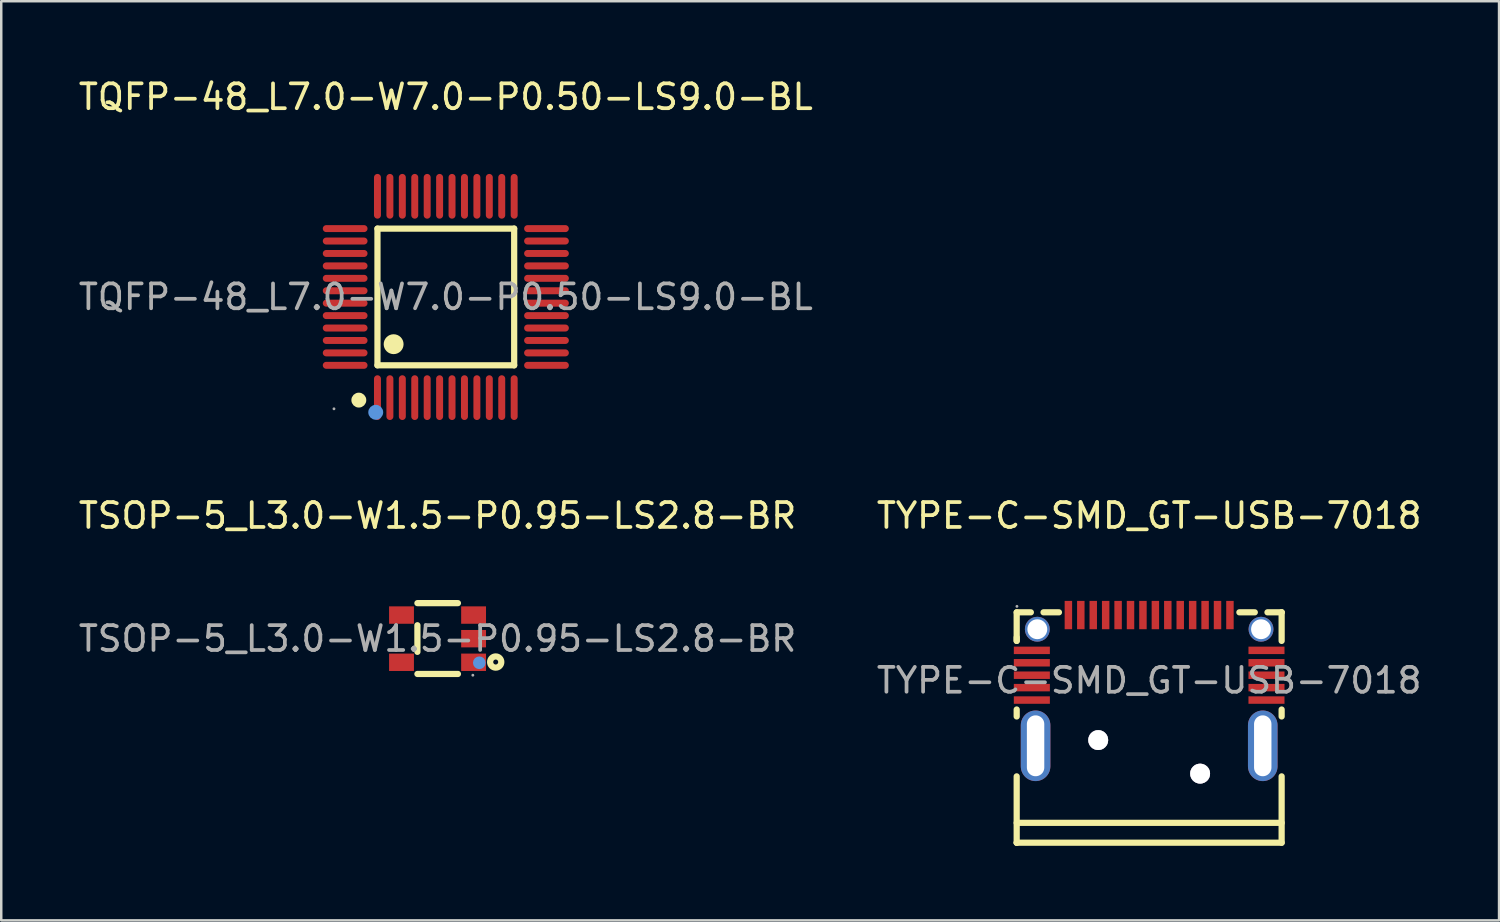
<source format=kicad_pcb>
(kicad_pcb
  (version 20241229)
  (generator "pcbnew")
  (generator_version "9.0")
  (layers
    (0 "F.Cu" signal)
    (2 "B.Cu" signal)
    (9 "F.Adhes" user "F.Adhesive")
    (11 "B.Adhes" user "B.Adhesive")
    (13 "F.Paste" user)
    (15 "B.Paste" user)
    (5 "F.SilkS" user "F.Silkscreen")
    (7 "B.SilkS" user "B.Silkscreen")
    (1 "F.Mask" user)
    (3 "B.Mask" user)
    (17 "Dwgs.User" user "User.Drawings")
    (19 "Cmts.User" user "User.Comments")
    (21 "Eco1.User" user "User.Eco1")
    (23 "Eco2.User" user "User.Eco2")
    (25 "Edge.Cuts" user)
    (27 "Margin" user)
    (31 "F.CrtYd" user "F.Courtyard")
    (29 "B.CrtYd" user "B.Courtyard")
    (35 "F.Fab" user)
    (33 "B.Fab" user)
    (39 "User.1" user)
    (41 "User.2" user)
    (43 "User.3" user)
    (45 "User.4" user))
  (footprint "TSOP-5_L3.0-W1.5-P0.95-LS2.8-BR"
    (layer "F.Cu")
    (at 14.554 22.646)
    (property "Reference" "TSOP-5_L3.0-W1.5-P0.95-LS2.8-BR" (at 0 -4.95 0) (layer "F.SilkS") (effects (font (size 1 1) (thickness 0.15))))
    (attr smd)
    (fp_line (start -0.81 -1.43) (end 0.82 -1.43) (stroke (width 0.25) (type solid)) (layer "F.SilkS"))
    (fp_line (start -0.81 0.53) (end -0.81 -0.54) (stroke (width 0.25) (type solid)) (layer "F.SilkS"))
    (fp_line (start 0.82 1.42) (end -0.81 1.42) (stroke (width 0.25) (type solid)) (layer "F.SilkS"))
    (fp_circle (center 2.34 0.94) (end 2.44 0.94) (stroke (width 0.25) (type solid)) (fill no) (layer "F.SilkS"))
    (fp_circle (center 1.68 0.97) (end 1.81 0.97) (stroke (width 0.25) (type solid)) (fill no) (layer "Cmts.User"))
    (fp_circle (center 1.42 1.47) (end 1.45 1.47) (stroke (width 0.06) (type solid)) (fill no) (layer "F.Fab"))
    (fp_text user "${REFERENCE}" (at 0 0 0) (layer "F.Fab") (effects (font (size 1 1) (thickness 0.15))))
    (pad "1" smd rect (at 1.45 0.95 90) (size 0.7 1) (layers "F.Cu" "F.Mask" "F.Paste"))
    (pad "2" smd rect (at 1.45 0 90) (size 0.7 1) (layers "F.Cu" "F.Mask" "F.Paste"))
    (pad "3" smd rect (at 1.45 -0.95 90) (size 0.7 1) (layers "F.Cu" "F.Mask" "F.Paste"))
    (pad "4" smd rect (at -1.45 -0.95 90) (size 0.7 1) (layers "F.Cu" "F.Mask" "F.Paste"))
    (pad "5" smd rect (at -1.45 0.95 90) (size 0.7 1) (layers "F.Cu" "F.Mask" "F.Paste")))
  (footprint "TYPE-C-SMD_GT-USB-7018"
    (layer "F.Cu")
    (at 43.185 24.326)
    (property "Reference" "TYPE-C-SMD_GT-USB-7018" (at 0 -6.63 0) (layer "F.SilkS") (effects (font (size 1 1) (thickness 0.15))))
    (attr smd)
    (fp_line (start -5.33 -2.74) (end -4.76 -2.74) (stroke (width 0.25) (type solid)) (layer "F.SilkS"))
    (fp_line (start -5.33 -1.59) (end -5.33 -2.74) (stroke (width 0.25) (type solid)) (layer "F.SilkS"))
    (fp_line (start -5.33 -1.59) (end -5.33 -1.73) (stroke (width 0.25) (type solid)) (layer "F.SilkS"))
    (fp_line (start -5.33 1.45) (end -5.33 1.17) (stroke (width 0.25) (type solid)) (layer "F.SilkS"))
    (fp_line (start -5.33 5.73) (end 5.33 5.73) (stroke (width 0.25) (type solid)) (layer "F.SilkS"))
    (fp_line (start -5.33 6.53) (end -5.33 3.86) (stroke (width 0.25) (type solid)) (layer "F.SilkS"))
    (fp_line (start -5.33 6.53) (end -5.33 6.53) (stroke (width 0.25) (type solid)) (layer "F.SilkS"))
    (fp_line (start -4.25 -2.74) (end -3.63 -2.74) (stroke (width 0.25) (type solid)) (layer "F.SilkS"))
    (fp_line (start 3.63 -2.74) (end 4.25 -2.74) (stroke (width 0.25) (type solid)) (layer "F.SilkS"))
    (fp_line (start 4.76 -2.74) (end 5.33 -2.74) (stroke (width 0.25) (type solid)) (layer "F.SilkS"))
    (fp_line (start 5.33 -2.74) (end 5.33 -2.74) (stroke (width 0.25) (type solid)) (layer "F.SilkS"))
    (fp_line (start 5.33 -2.74) (end 5.33 -1.59) (stroke (width 0.25) (type solid)) (layer "F.SilkS"))
    (fp_line (start 5.33 1.17) (end 5.33 1.45) (stroke (width 0.25) (type solid)) (layer "F.SilkS"))
    (fp_line (start 5.33 3.86) (end 5.33 6.53) (stroke (width 0.25) (type solid)) (layer "F.SilkS"))
    (fp_line (start 5.33 6.53) (end -5.33 6.53) (stroke (width 0.25) (type solid)) (layer "F.SilkS"))
    (fp_circle (center -2.05 2.4) (end -1.87 2.4) (stroke (width 0.35) (type solid)) (fill no) (layer "Cmts.User"))
    (fp_circle (center 2.05 3.75) (end 2.23 3.75) (stroke (width 0.35) (type solid)) (fill no) (layer "Cmts.User"))
    (fp_circle (center -5.32 -2.98) (end -5.29 -2.98) (stroke (width 0.06) (type solid)) (fill no) (layer "F.Fab"))
    (fp_circle (center -2.05 2.4) (end -1.85 2.4) (stroke (width 0.4) (type solid)) (fill no) (layer "F.Fab"))
    (fp_circle (center 2.05 3.75) (end 2.25 3.75) (stroke (width 0.4) (type solid)) (fill no) (layer "F.Fab"))
    (fp_text user "${REFERENCE}" (at 0 0 0) (layer "F.Fab") (effects (font (size 1 1) (thickness 0.15))))
    (pad "" thru_hole circle (at -2.05 2.4) (size 0.8 0.8) (drill 0.8) (layers "*.Cu" "*.Mask"))
    (pad "" thru_hole circle (at 2.05 3.75) (size 0.8 0.8) (drill 0.8) (layers "*.Cu" "*.Mask"))
    (pad "A1" smd rect (at -3.25 -2.63) (size 0.3 1.14) (layers "F.Cu" "F.Mask" "F.Paste"))
    (pad "A2" smd rect (at -2.75 -2.63) (size 0.3 1.14) (layers "F.Cu" "F.Mask" "F.Paste"))
    (pad "A3" smd rect (at -2.25 -2.63) (size 0.3 1.14) (layers "F.Cu" "F.Mask" "F.Paste"))
    (pad "A4" smd rect (at -1.75 -2.63) (size 0.3 1.14) (layers "F.Cu" "F.Mask" "F.Paste"))
    (pad "A5" smd rect (at -1.25 -2.63) (size 0.3 1.14) (layers "F.Cu" "F.Mask" "F.Paste"))
    (pad "A6" smd rect (at -0.75 -2.63) (size 0.3 1.14) (layers "F.Cu" "F.Mask" "F.Paste"))
    (pad "A7" smd rect (at -0.25 -2.63) (size 0.3 1.14) (layers "F.Cu" "F.Mask" "F.Paste"))
    (pad "A8" smd rect (at 0.25 -2.63) (size 0.3 1.14) (layers "F.Cu" "F.Mask" "F.Paste"))
    (pad "A9" smd rect (at 1.75 -2.63) (size 0.3 1.14) (layers "F.Cu" "F.Mask" "F.Paste"))
    (pad "A10" smd rect (at 2.25 -2.63) (size 0.3 1.14) (layers "F.Cu" "F.Mask" "F.Paste"))
    (pad "A11" smd rect (at 2.75 -2.63) (size 0.3 1.14) (layers "F.Cu" "F.Mask" "F.Paste"))
    (pad "A12" smd rect (at 3.25 -2.63) (size 0.3 1.14) (layers "F.Cu" "F.Mask" "F.Paste"))
    (pad "B1" smd rect (at 4.72 0.79 90) (size 0.3 1.45) (layers "F.Cu" "F.Mask" "F.Paste"))
    (pad "B2" smd rect (at 4.72 0.29 90) (size 0.3 1.45) (layers "F.Cu" "F.Mask" "F.Paste"))
    (pad "B3" smd rect (at 4.72 -0.21 90) (size 0.3 1.45) (layers "F.Cu" "F.Mask" "F.Paste"))
    (pad "B4" smd rect (at 4.72 -0.71 90) (size 0.3 1.45) (layers "F.Cu" "F.Mask" "F.Paste"))
    (pad "B5" smd rect (at 4.72 -1.21 90) (size 0.3 1.45) (layers "F.Cu" "F.Mask" "F.Paste"))
    (pad "B6" smd rect (at 1.25 -2.63) (size 0.3 1.14) (layers "F.Cu" "F.Mask" "F.Paste"))
    (pad "B7" smd rect (at 0.75 -2.63) (size 0.3 1.14) (layers "F.Cu" "F.Mask" "F.Paste"))
    (pad "B8" smd rect (at -4.72 -1.21 90) (size 0.3 1.45) (layers "F.Cu" "F.Mask" "F.Paste"))
    (pad "B9" smd rect (at -4.72 -0.71 90) (size 0.3 1.45) (layers "F.Cu" "F.Mask" "F.Paste"))
    (pad "B10" smd rect (at -4.72 -0.21 90) (size 0.3 1.45) (layers "F.Cu" "F.Mask" "F.Paste"))
    (pad "B11" smd rect (at -4.72 0.29 90) (size 0.3 1.45) (layers "F.Cu" "F.Mask" "F.Paste"))
    (pad "B12" smd rect (at -4.72 0.79 90) (size 0.3 1.45) (layers "F.Cu" "F.Mask" "F.Paste"))
    (pad "EP" thru_hole oval (at -4.57 2.63 270) (size 2.84 1.19) (drill oval 2.45 0.7) (layers "*.Cu" "*.Mask"))
    (pad "EP" thru_hole circle (at -4.5 -2.06 90) (size 1 1) (drill 0.8) (layers "*.Cu" "*.Mask"))
    (pad "EP" thru_hole circle (at 4.5 -2.06 90) (size 1 1) (drill 0.8) (layers "*.Cu" "*.Mask"))
    (pad "EP" thru_hole oval (at 4.57 2.63 90) (size 2.84 1.19) (drill oval 2.45 0.7) (layers "*.Cu" "*.Mask")))
  (footprint "TQFP-48_L7.0-W7.0-P0.50-LS9.0-BL"
    (layer "F.Cu")
    (at 14.887 8.898)
    (property "Reference" "TQFP-48_L7.0-W7.0-P0.50-LS9.0-BL" (at 0 -8.05 0) (layer "F.SilkS") (effects (font (size 1 1) (thickness 0.15))))
    (attr smd)
    (fp_line (start -2.75 -2.75) (end 2.75 -2.75) (stroke (width 0.25) (type solid)) (layer "F.SilkS"))
    (fp_line (start -2.75 2.75) (end -2.75 -2.75) (stroke (width 0.25) (type solid)) (layer "F.SilkS"))
    (fp_line (start 2.75 -2.75) (end 2.75 2.75) (stroke (width 0.25) (type solid)) (layer "F.SilkS"))
    (fp_line (start 2.75 2.75) (end -2.75 2.75) (stroke (width 0.25) (type solid)) (layer "F.SilkS"))
    (fp_arc (start -3.5 4.15) (mid -3.5 4.15) (end -3.5 4.15) (stroke (width 0.3) (type solid)) (layer "F.SilkS"))
    (fp_arc (start -2.1 1.9) (mid -2.1 1.9) (end -2.1 1.9) (stroke (width 0.4) (type solid)) (layer "F.SilkS"))
    (fp_circle (center -2.82 4.64) (end -2.67 4.64) (stroke (width 0.3) (type solid)) (fill no) (layer "Cmts.User"))
    (fp_circle (center -4.5 4.5) (end -4.47 4.5) (stroke (width 0.06) (type solid)) (fill no) (layer "F.Fab"))
    (fp_text user "${REFERENCE}" (at 0 0 0) (layer "F.Fab") (effects (font (size 1 1) (thickness 0.15))))
    (pad "1" smd oval (at -2.75 4.05) (size 0.28 1.8) (layers "F.Cu" "F.Mask" "F.Paste"))
    (pad "2" smd oval (at -2.25 4.05) (size 0.28 1.8) (layers "F.Cu" "F.Mask" "F.Paste"))
    (pad "3" smd oval (at -1.75 4.05) (size 0.28 1.8) (layers "F.Cu" "F.Mask" "F.Paste"))
    (pad "4" smd oval (at -1.25 4.05) (size 0.28 1.8) (layers "F.Cu" "F.Mask" "F.Paste"))
    (pad "5" smd oval (at -0.75 4.05) (size 0.28 1.8) (layers "F.Cu" "F.Mask" "F.Paste"))
    (pad "6" smd oval (at -0.25 4.05) (size 0.28 1.8) (layers "F.Cu" "F.Mask" "F.Paste"))
    (pad "7" smd oval (at 0.25 4.05) (size 0.28 1.8) (layers "F.Cu" "F.Mask" "F.Paste"))
    (pad "8" smd oval (at 0.75 4.05) (size 0.28 1.8) (layers "F.Cu" "F.Mask" "F.Paste"))
    (pad "9" smd oval (at 1.25 4.05) (size 0.28 1.8) (layers "F.Cu" "F.Mask" "F.Paste"))
    (pad "10" smd oval (at 1.75 4.05) (size 0.28 1.8) (layers "F.Cu" "F.Mask" "F.Paste"))
    (pad "11" smd oval (at 2.25 4.05) (size 0.28 1.8) (layers "F.Cu" "F.Mask" "F.Paste"))
    (pad "12" smd oval (at 2.75 4.05) (size 0.28 1.8) (layers "F.Cu" "F.Mask" "F.Paste"))
    (pad "13" smd oval (at 4.05 2.75) (size 1.8 0.28) (layers "F.Cu" "F.Mask" "F.Paste"))
    (pad "14" smd oval (at 4.05 2.25) (size 1.8 0.28) (layers "F.Cu" "F.Mask" "F.Paste"))
    (pad "15" smd oval (at 4.05 1.75) (size 1.8 0.28) (layers "F.Cu" "F.Mask" "F.Paste"))
    (pad "16" smd oval (at 4.05 1.25) (size 1.8 0.28) (layers "F.Cu" "F.Mask" "F.Paste"))
    (pad "17" smd oval (at 4.05 0.75) (size 1.8 0.28) (layers "F.Cu" "F.Mask" "F.Paste"))
    (pad "18" smd oval (at 4.05 0.25) (size 1.8 0.28) (layers "F.Cu" "F.Mask" "F.Paste"))
    (pad "19" smd oval (at 4.05 -0.25) (size 1.8 0.28) (layers "F.Cu" "F.Mask" "F.Paste"))
    (pad "20" smd oval (at 4.05 -0.75) (size 1.8 0.28) (layers "F.Cu" "F.Mask" "F.Paste"))
    (pad "21" smd oval (at 4.05 -1.25) (size 1.8 0.28) (layers "F.Cu" "F.Mask" "F.Paste"))
    (pad "22" smd oval (at 4.05 -1.75) (size 1.8 0.28) (layers "F.Cu" "F.Mask" "F.Paste"))
    (pad "23" smd oval (at 4.05 -2.25) (size 1.8 0.28) (layers "F.Cu" "F.Mask" "F.Paste"))
    (pad "24" smd oval (at 4.05 -2.75) (size 1.8 0.28) (layers "F.Cu" "F.Mask" "F.Paste"))
    (pad "25" smd oval (at 2.75 -4.05) (size 0.28 1.8) (layers "F.Cu" "F.Mask" "F.Paste"))
    (pad "26" smd oval (at 2.25 -4.05) (size 0.28 1.8) (layers "F.Cu" "F.Mask" "F.Paste"))
    (pad "27" smd oval (at 1.75 -4.05) (size 0.28 1.8) (layers "F.Cu" "F.Mask" "F.Paste"))
    (pad "28" smd oval (at 1.25 -4.05) (size 0.28 1.8) (layers "F.Cu" "F.Mask" "F.Paste"))
    (pad "29" smd oval (at 0.75 -4.05) (size 0.28 1.8) (layers "F.Cu" "F.Mask" "F.Paste"))
    (pad "30" smd oval (at 0.25 -4.05) (size 0.28 1.8) (layers "F.Cu" "F.Mask" "F.Paste"))
    (pad "31" smd oval (at -0.25 -4.05) (size 0.28 1.8) (layers "F.Cu" "F.Mask" "F.Paste"))
    (pad "32" smd oval (at -0.75 -4.05) (size 0.28 1.8) (layers "F.Cu" "F.Mask" "F.Paste"))
    (pad "33" smd oval (at -1.25 -4.05) (size 0.28 1.8) (layers "F.Cu" "F.Mask" "F.Paste"))
    (pad "34" smd oval (at -1.75 -4.05) (size 0.28 1.8) (layers "F.Cu" "F.Mask" "F.Paste"))
    (pad "35" smd oval (at -2.25 -4.05) (size 0.28 1.8) (layers "F.Cu" "F.Mask" "F.Paste"))
    (pad "36" smd oval (at -2.75 -4.05) (size 0.28 1.8) (layers "F.Cu" "F.Mask" "F.Paste"))
    (pad "37" smd oval (at -4.05 -2.75) (size 1.8 0.28) (layers "F.Cu" "F.Mask" "F.Paste"))
    (pad "38" smd oval (at -4.05 -2.25) (size 1.8 0.28) (layers "F.Cu" "F.Mask" "F.Paste"))
    (pad "39" smd oval (at -4.05 -1.75) (size 1.8 0.28) (layers "F.Cu" "F.Mask" "F.Paste"))
    (pad "40" smd oval (at -4.05 -1.25) (size 1.8 0.28) (layers "F.Cu" "F.Mask" "F.Paste"))
    (pad "41" smd oval (at -4.05 -0.75) (size 1.8 0.28) (layers "F.Cu" "F.Mask" "F.Paste"))
    (pad "42" smd oval (at -4.05 -0.25) (size 1.8 0.28) (layers "F.Cu" "F.Mask" "F.Paste"))
    (pad "43" smd oval (at -4.05 0.25) (size 1.8 0.28) (layers "F.Cu" "F.Mask" "F.Paste"))
    (pad "44" smd oval (at -4.05 0.75) (size 1.8 0.28) (layers "F.Cu" "F.Mask" "F.Paste"))
    (pad "45" smd oval (at -4.05 1.25) (size 1.8 0.28) (layers "F.Cu" "F.Mask" "F.Paste"))
    (pad "46" smd oval (at -4.05 1.75) (size 1.8 0.28) (layers "F.Cu" "F.Mask" "F.Paste"))
    (pad "47" smd oval (at -4.05 2.25) (size 1.8 0.28) (layers "F.Cu" "F.Mask" "F.Paste"))
    (pad "48" smd oval (at -4.05 2.75) (size 1.8 0.28) (layers "F.Cu" "F.Mask" "F.Paste")))
  (gr_rect
    (start -3 -3)
    (end 57.262 33.981)
    (stroke (width 0.1) (type default))
    (fill no)
    (layer "Edge.Cuts")))
</source>
